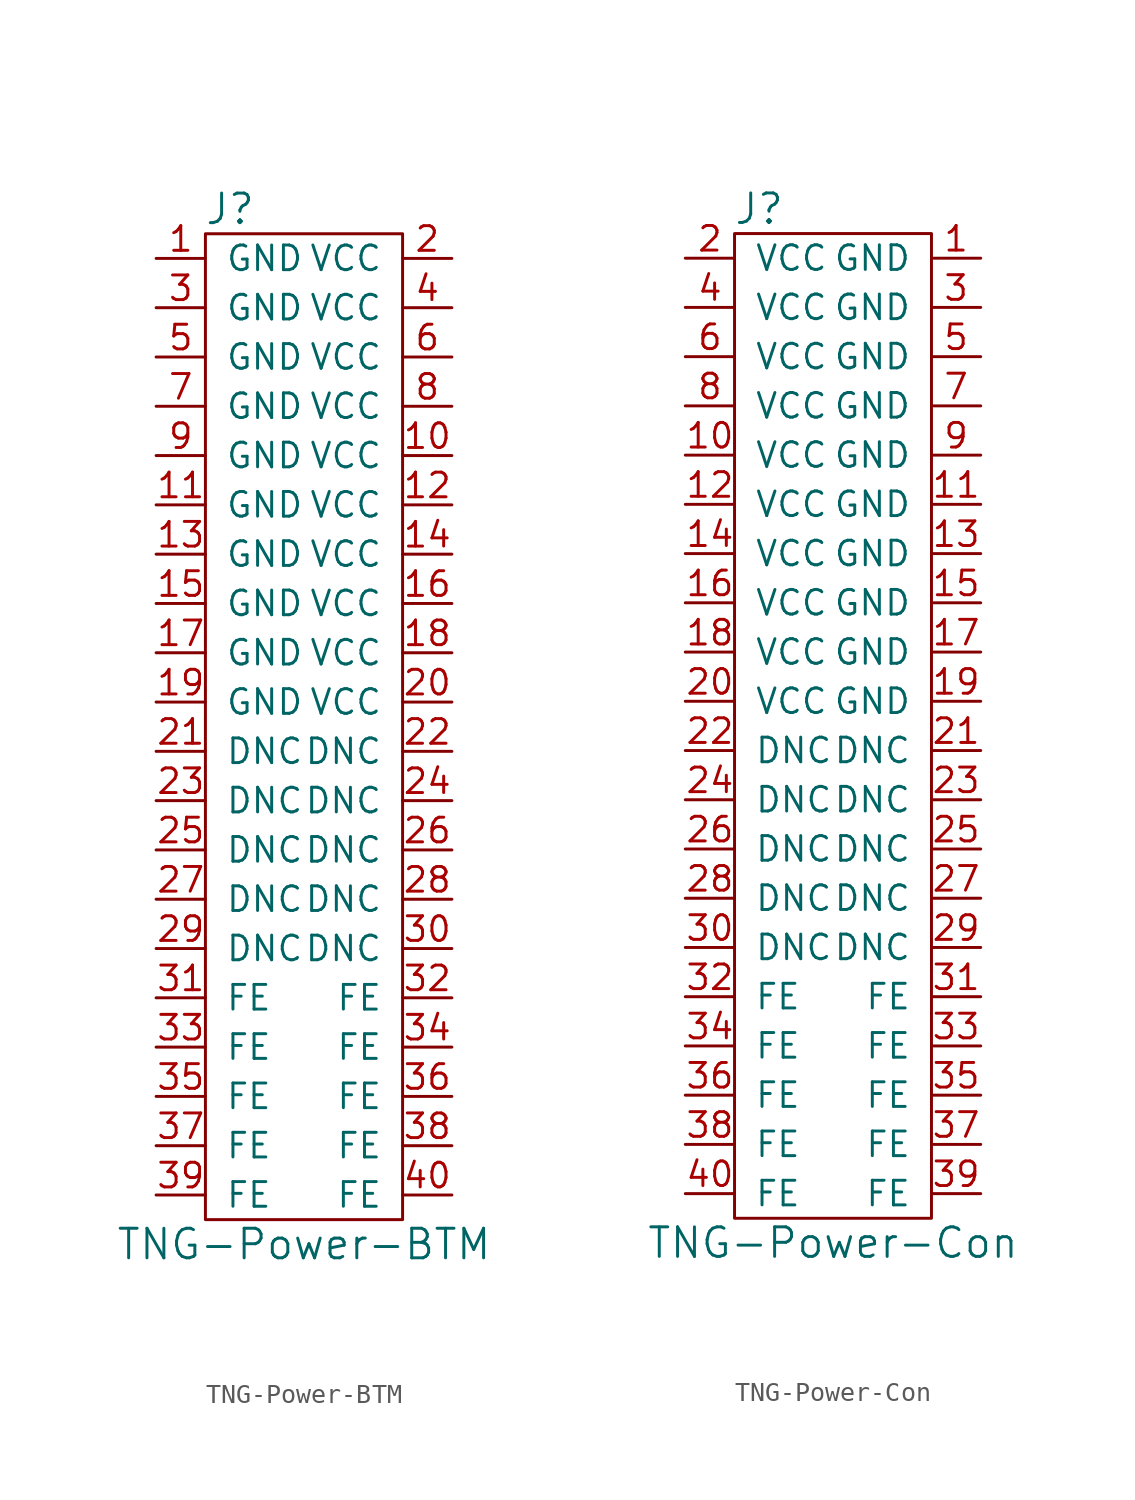
<source format=kicad_sym>
(kicad_symbol_lib
  (version 20211014)
  (generator kicad_symbol_editor)
  (symbol "TNG-Power-BTM"
    (pin_names
      (offset 1.016))
    (property "Reference" "J"
      (at -3.81 26.67 0)
      (effects (font (size 1.524 1.524))))
    (property "Value" "TNG-Power-BTM"
      (at 0 -26.67 0)
      (effects (font (size 1.524 1.524))))
    (symbol "TNG-Power-BTM_0_1"
      (rectangle (start -5.08 25.4) (end 5.08 -25.4) (stroke (width 0) (type default) (color 0 0 0 0)) (fill (type none))))
    (symbol "TNG-Power-BTM_1_1"
      (pin passive line (at -7.62 24.13 0) (length 2.54) (name "GND" (effects (font (size 1.27 1.27)))) (number "1" (effects (font (size 1.27 1.27)))))
      (pin passive line (at 7.62 13.97 180) (length 2.54) (name "VCC" (effects (font (size 1.27 1.27)))) (number "10" (effects (font (size 1.27 1.27)))))
      (pin passive line (at -7.62 11.43 0) (length 2.54) (name "GND" (effects (font (size 1.27 1.27)))) (number "11" (effects (font (size 1.27 1.27)))))
      (pin passive line (at 7.62 11.43 180) (length 2.54) (name "VCC" (effects (font (size 1.27 1.27)))) (number "12" (effects (font (size 1.27 1.27)))))
      (pin passive line (at -7.62 8.89 0) (length 2.54) (name "GND" (effects (font (size 1.27 1.27)))) (number "13" (effects (font (size 1.27 1.27)))))
      (pin passive line (at 7.62 8.89 180) (length 2.54) (name "VCC" (effects (font (size 1.27 1.27)))) (number "14" (effects (font (size 1.27 1.27)))))
      (pin passive line (at -7.62 6.35 0) (length 2.54) (name "GND" (effects (font (size 1.27 1.27)))) (number "15" (effects (font (size 1.27 1.27)))))
      (pin passive line (at 7.62 6.35 180) (length 2.54) (name "VCC" (effects (font (size 1.27 1.27)))) (number "16" (effects (font (size 1.27 1.27)))))
      (pin passive line (at -7.62 3.81 0) (length 2.54) (name "GND" (effects (font (size 1.27 1.27)))) (number "17" (effects (font (size 1.27 1.27)))))
      (pin passive line (at 7.62 3.81 180) (length 2.54) (name "VCC" (effects (font (size 1.27 1.27)))) (number "18" (effects (font (size 1.27 1.27)))))
      (pin passive line (at -7.62 1.27 0) (length 2.54) (name "GND" (effects (font (size 1.27 1.27)))) (number "19" (effects (font (size 1.27 1.27)))))
      (pin passive line (at 7.62 24.13 180) (length 2.54) (name "VCC" (effects (font (size 1.27 1.27)))) (number "2" (effects (font (size 1.27 1.27)))))
      (pin passive line (at 7.62 1.27 180) (length 2.54) (name "VCC" (effects (font (size 1.27 1.27)))) (number "20" (effects (font (size 1.27 1.27)))))
      (pin passive line (at -7.62 -1.27 0) (length 2.54) (name "DNC" (effects (font (size 1.27 1.27)))) (number "21" (effects (font (size 1.27 1.27)))))
      (pin passive line (at 7.62 -1.27 180) (length 2.54) (name "DNC" (effects (font (size 1.27 1.27)))) (number "22" (effects (font (size 1.27 1.27)))))
      (pin passive line (at -7.62 -3.81 0) (length 2.54) (name "DNC" (effects (font (size 1.27 1.27)))) (number "23" (effects (font (size 1.27 1.27)))))
      (pin passive line (at 7.62 -3.81 180) (length 2.54) (name "DNC" (effects (font (size 1.27 1.27)))) (number "24" (effects (font (size 1.27 1.27)))))
      (pin passive line (at -7.62 -6.35 0) (length 2.54) (name "DNC" (effects (font (size 1.27 1.27)))) (number "25" (effects (font (size 1.27 1.27)))))
      (pin passive line (at 7.62 -6.35 180) (length 2.54) (name "DNC" (effects (font (size 1.27 1.27)))) (number "26" (effects (font (size 1.27 1.27)))))
      (pin passive line (at -7.62 -8.89 0) (length 2.54) (name "DNC" (effects (font (size 1.27 1.27)))) (number "27" (effects (font (size 1.27 1.27)))))
      (pin passive line (at 7.62 -8.89 180) (length 2.54) (name "DNC" (effects (font (size 1.27 1.27)))) (number "28" (effects (font (size 1.27 1.27)))))
      (pin passive line (at -7.62 -11.43 0) (length 2.54) (name "DNC" (effects (font (size 1.27 1.27)))) (number "29" (effects (font (size 1.27 1.27)))))
      (pin passive line (at -7.62 21.59 0) (length 2.54) (name "GND" (effects (font (size 1.27 1.27)))) (number "3" (effects (font (size 1.27 1.27)))))
      (pin passive line (at 7.62 -11.43 180) (length 2.54) (name "DNC" (effects (font (size 1.27 1.27)))) (number "30" (effects (font (size 1.27 1.27)))))
      (pin passive line (at -7.62 -13.97 0) (length 2.54) (name "FE" (effects (font (size 1.27 1.27)))) (number "31" (effects (font (size 1.27 1.27)))))
      (pin passive line (at 7.62 -13.97 180) (length 2.54) (name "FE" (effects (font (size 1.27 1.27)))) (number "32" (effects (font (size 1.27 1.27)))))
      (pin passive line (at -7.62 -16.51 0) (length 2.54) (name "FE" (effects (font (size 1.27 1.27)))) (number "33" (effects (font (size 1.27 1.27)))))
      (pin passive line (at 7.62 -16.51 180) (length 2.54) (name "FE" (effects (font (size 1.27 1.27)))) (number "34" (effects (font (size 1.27 1.27)))))
      (pin passive line (at -7.62 -19.05 0) (length 2.54) (name "FE" (effects (font (size 1.27 1.27)))) (number "35" (effects (font (size 1.27 1.27)))))
      (pin passive line (at 7.62 -19.05 180) (length 2.54) (name "FE" (effects (font (size 1.27 1.27)))) (number "36" (effects (font (size 1.27 1.27)))))
      (pin passive line (at -7.62 -21.59 0) (length 2.54) (name "FE" (effects (font (size 1.27 1.27)))) (number "37" (effects (font (size 1.27 1.27)))))
      (pin passive line (at 7.62 -21.59 180) (length 2.54) (name "FE" (effects (font (size 1.27 1.27)))) (number "38" (effects (font (size 1.27 1.27)))))
      (pin passive line (at -7.62 -24.13 0) (length 2.54) (name "FE" (effects (font (size 1.27 1.27)))) (number "39" (effects (font (size 1.27 1.27)))))
      (pin passive line (at 7.62 21.59 180) (length 2.54) (name "VCC" (effects (font (size 1.27 1.27)))) (number "4" (effects (font (size 1.27 1.27)))))
      (pin passive line (at 7.62 -24.13 180) (length 2.54) (name "FE" (effects (font (size 1.27 1.27)))) (number "40" (effects (font (size 1.27 1.27)))))
      (pin passive line (at -7.62 19.05 0) (length 2.54) (name "GND" (effects (font (size 1.27 1.27)))) (number "5" (effects (font (size 1.27 1.27)))))
      (pin passive line (at 7.62 19.05 180) (length 2.54) (name "VCC" (effects (font (size 1.27 1.27)))) (number "6" (effects (font (size 1.27 1.27)))))
      (pin passive line (at -7.62 16.51 0) (length 2.54) (name "GND" (effects (font (size 1.27 1.27)))) (number "7" (effects (font (size 1.27 1.27)))))
      (pin passive line (at 7.62 16.51 180) (length 2.54) (name "VCC" (effects (font (size 1.27 1.27)))) (number "8" (effects (font (size 1.27 1.27)))))
      (pin passive line (at -7.62 13.97 0) (length 2.54) (name "GND" (effects (font (size 1.27 1.27)))) (number "9" (effects (font (size 1.27 1.27)))))))
  (symbol "TNG-Power-Con"
    (pin_names
      (offset 1.016))
    (property "Reference" "J"
      (at -3.81 26.67 0)
      (effects (font (size 1.524 1.524))))
    (property "Value" "TNG-Power-Con"
      (at 0 -26.67 0)
      (effects (font (size 1.524 1.524))))
    (symbol "TNG-Power-Con_0_1"
      (rectangle (start -5.08 25.4) (end 5.08 -25.4) (stroke (width 0) (type default) (color 0 0 0 0)) (fill (type none))))
    (symbol "TNG-Power-Con_1_1"
      (pin passive line (at 7.62 24.13 180) (length 2.54) (name "GND" (effects (font (size 1.27 1.27)))) (number "1" (effects (font (size 1.27 1.27)))))
      (pin passive line (at -7.62 13.97 0) (length 2.54) (name "VCC" (effects (font (size 1.27 1.27)))) (number "10" (effects (font (size 1.27 1.27)))))
      (pin passive line (at 7.62 11.43 180) (length 2.54) (name "GND" (effects (font (size 1.27 1.27)))) (number "11" (effects (font (size 1.27 1.27)))))
      (pin passive line (at -7.62 11.43 0) (length 2.54) (name "VCC" (effects (font (size 1.27 1.27)))) (number "12" (effects (font (size 1.27 1.27)))))
      (pin passive line (at 7.62 8.89 180) (length 2.54) (name "GND" (effects (font (size 1.27 1.27)))) (number "13" (effects (font (size 1.27 1.27)))))
      (pin passive line (at -7.62 8.89 0) (length 2.54) (name "VCC" (effects (font (size 1.27 1.27)))) (number "14" (effects (font (size 1.27 1.27)))))
      (pin passive line (at 7.62 6.35 180) (length 2.54) (name "GND" (effects (font (size 1.27 1.27)))) (number "15" (effects (font (size 1.27 1.27)))))
      (pin passive line (at -7.62 6.35 0) (length 2.54) (name "VCC" (effects (font (size 1.27 1.27)))) (number "16" (effects (font (size 1.27 1.27)))))
      (pin passive line (at 7.62 3.81 180) (length 2.54) (name "GND" (effects (font (size 1.27 1.27)))) (number "17" (effects (font (size 1.27 1.27)))))
      (pin passive line (at -7.62 3.81 0) (length 2.54) (name "VCC" (effects (font (size 1.27 1.27)))) (number "18" (effects (font (size 1.27 1.27)))))
      (pin passive line (at 7.62 1.27 180) (length 2.54) (name "GND" (effects (font (size 1.27 1.27)))) (number "19" (effects (font (size 1.27 1.27)))))
      (pin passive line (at -7.62 24.13 0) (length 2.54) (name "VCC" (effects (font (size 1.27 1.27)))) (number "2" (effects (font (size 1.27 1.27)))))
      (pin passive line (at -7.62 1.27 0) (length 2.54) (name "VCC" (effects (font (size 1.27 1.27)))) (number "20" (effects (font (size 1.27 1.27)))))
      (pin passive line (at 7.62 -1.27 180) (length 2.54) (name "DNC" (effects (font (size 1.27 1.27)))) (number "21" (effects (font (size 1.27 1.27)))))
      (pin passive line (at -7.62 -1.27 0) (length 2.54) (name "DNC" (effects (font (size 1.27 1.27)))) (number "22" (effects (font (size 1.27 1.27)))))
      (pin passive line (at 7.62 -3.81 180) (length 2.54) (name "DNC" (effects (font (size 1.27 1.27)))) (number "23" (effects (font (size 1.27 1.27)))))
      (pin passive line (at -7.62 -3.81 0) (length 2.54) (name "DNC" (effects (font (size 1.27 1.27)))) (number "24" (effects (font (size 1.27 1.27)))))
      (pin passive line (at 7.62 -6.35 180) (length 2.54) (name "DNC" (effects (font (size 1.27 1.27)))) (number "25" (effects (font (size 1.27 1.27)))))
      (pin passive line (at -7.62 -6.35 0) (length 2.54) (name "DNC" (effects (font (size 1.27 1.27)))) (number "26" (effects (font (size 1.27 1.27)))))
      (pin passive line (at 7.62 -8.89 180) (length 2.54) (name "DNC" (effects (font (size 1.27 1.27)))) (number "27" (effects (font (size 1.27 1.27)))))
      (pin passive line (at -7.62 -8.89 0) (length 2.54) (name "DNC" (effects (font (size 1.27 1.27)))) (number "28" (effects (font (size 1.27 1.27)))))
      (pin passive line (at 7.62 -11.43 180) (length 2.54) (name "DNC" (effects (font (size 1.27 1.27)))) (number "29" (effects (font (size 1.27 1.27)))))
      (pin passive line (at 7.62 21.59 180) (length 2.54) (name "GND" (effects (font (size 1.27 1.27)))) (number "3" (effects (font (size 1.27 1.27)))))
      (pin passive line (at -7.62 -11.43 0) (length 2.54) (name "DNC" (effects (font (size 1.27 1.27)))) (number "30" (effects (font (size 1.27 1.27)))))
      (pin passive line (at 7.62 -13.97 180) (length 2.54) (name "FE" (effects (font (size 1.27 1.27)))) (number "31" (effects (font (size 1.27 1.27)))))
      (pin passive line (at -7.62 -13.97 0) (length 2.54) (name "FE" (effects (font (size 1.27 1.27)))) (number "32" (effects (font (size 1.27 1.27)))))
      (pin passive line (at 7.62 -16.51 180) (length 2.54) (name "FE" (effects (font (size 1.27 1.27)))) (number "33" (effects (font (size 1.27 1.27)))))
      (pin passive line (at -7.62 -16.51 0) (length 2.54) (name "FE" (effects (font (size 1.27 1.27)))) (number "34" (effects (font (size 1.27 1.27)))))
      (pin passive line (at 7.62 -19.05 180) (length 2.54) (name "FE" (effects (font (size 1.27 1.27)))) (number "35" (effects (font (size 1.27 1.27)))))
      (pin passive line (at -7.62 -19.05 0) (length 2.54) (name "FE" (effects (font (size 1.27 1.27)))) (number "36" (effects (font (size 1.27 1.27)))))
      (pin passive line (at 7.62 -21.59 180) (length 2.54) (name "FE" (effects (font (size 1.27 1.27)))) (number "37" (effects (font (size 1.27 1.27)))))
      (pin passive line (at -7.62 -21.59 0) (length 2.54) (name "FE" (effects (font (size 1.27 1.27)))) (number "38" (effects (font (size 1.27 1.27)))))
      (pin passive line (at 7.62 -24.13 180) (length 2.54) (name "FE" (effects (font (size 1.27 1.27)))) (number "39" (effects (font (size 1.27 1.27)))))
      (pin passive line (at -7.62 21.59 0) (length 2.54) (name "VCC" (effects (font (size 1.27 1.27)))) (number "4" (effects (font (size 1.27 1.27)))))
      (pin passive line (at -7.62 -24.13 0) (length 2.54) (name "FE" (effects (font (size 1.27 1.27)))) (number "40" (effects (font (size 1.27 1.27)))))
      (pin passive line (at 7.62 19.05 180) (length 2.54) (name "GND" (effects (font (size 1.27 1.27)))) (number "5" (effects (font (size 1.27 1.27)))))
      (pin passive line (at -7.62 19.05 0) (length 2.54) (name "VCC" (effects (font (size 1.27 1.27)))) (number "6" (effects (font (size 1.27 1.27)))))
      (pin passive line (at 7.62 16.51 180) (length 2.54) (name "GND" (effects (font (size 1.27 1.27)))) (number "7" (effects (font (size 1.27 1.27)))))
      (pin passive line (at -7.62 16.51 0) (length 2.54) (name "VCC" (effects (font (size 1.27 1.27)))) (number "8" (effects (font (size 1.27 1.27)))))
      (pin passive line (at 7.62 13.97 180) (length 2.54) (name "GND" (effects (font (size 1.27 1.27)))) (number "9" (effects (font (size 1.27 1.27))))))))
</source>
